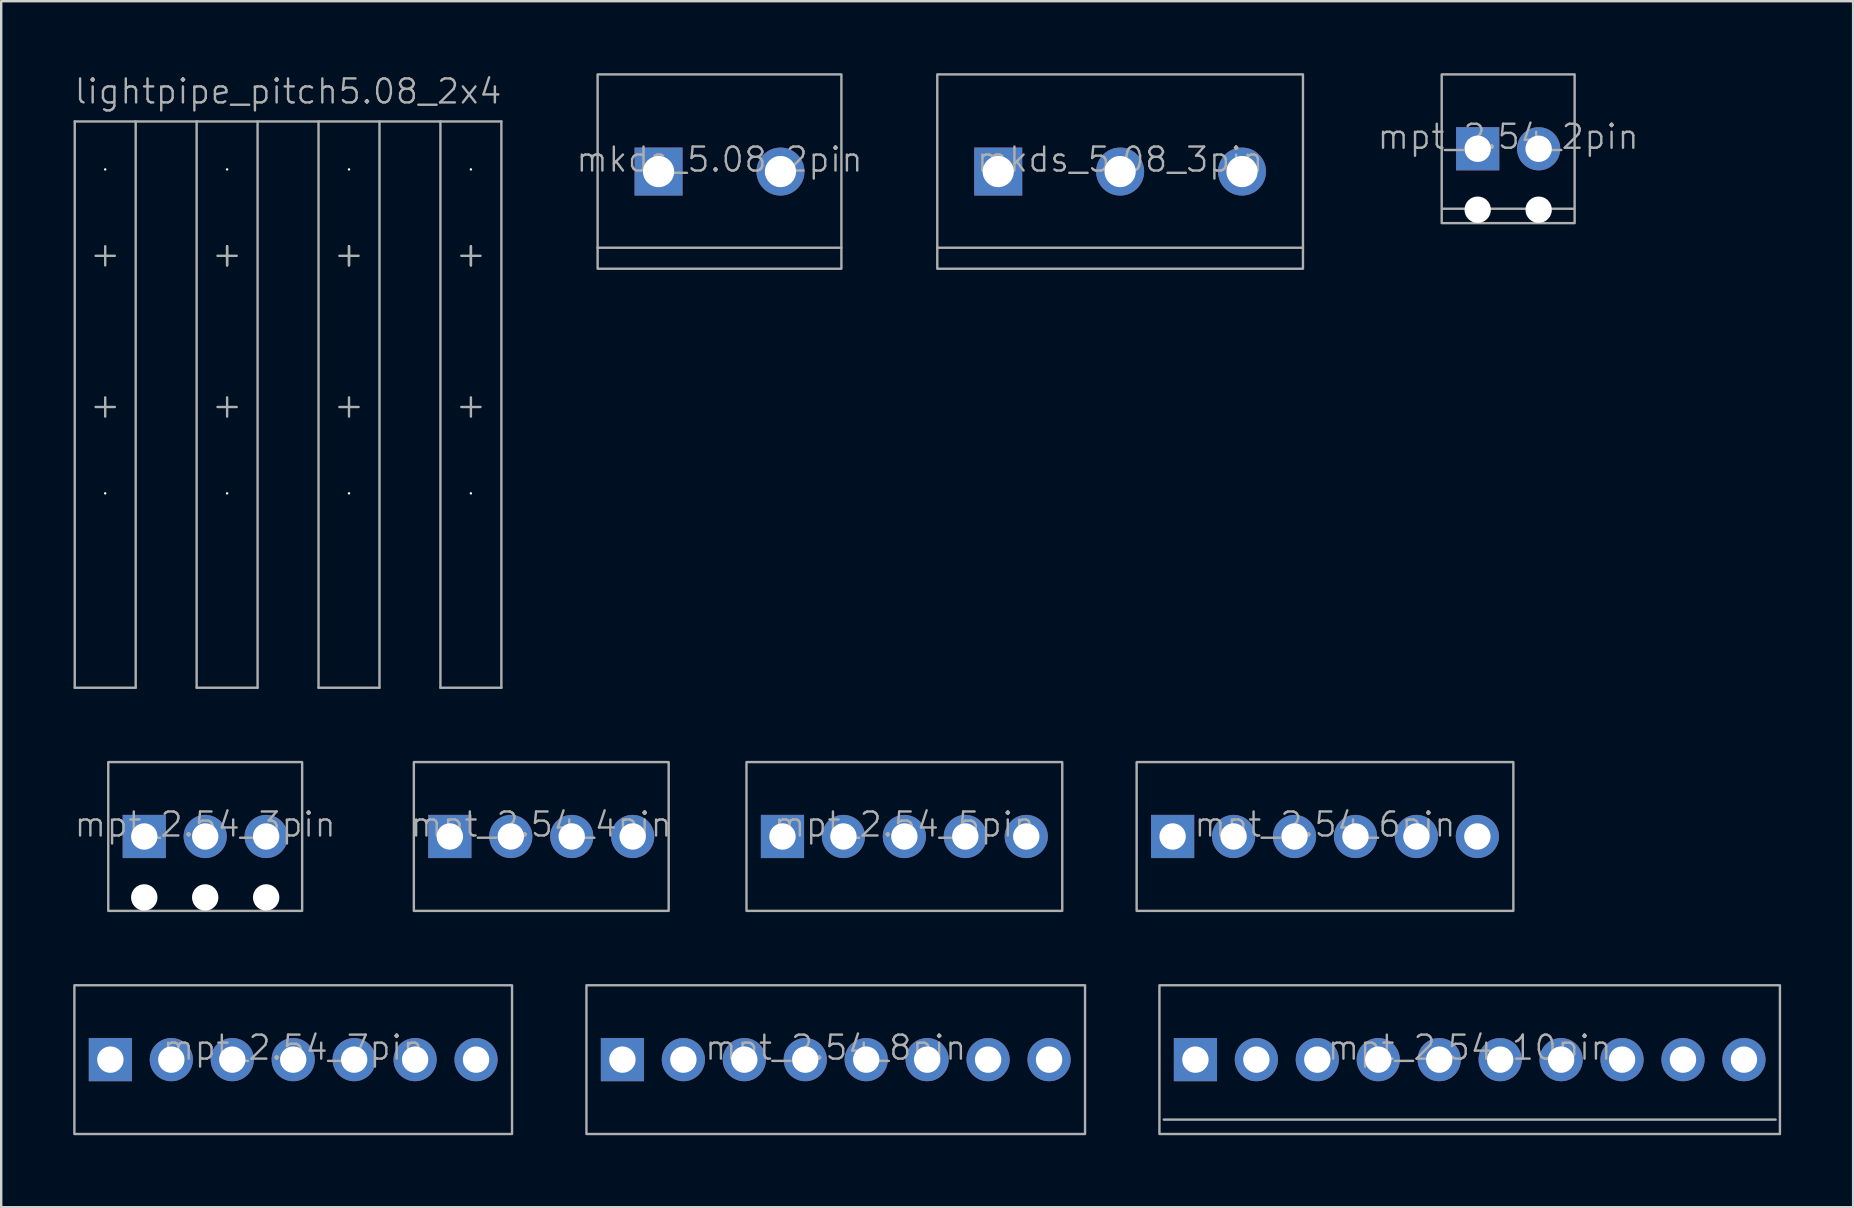
<source format=kicad_pcb>
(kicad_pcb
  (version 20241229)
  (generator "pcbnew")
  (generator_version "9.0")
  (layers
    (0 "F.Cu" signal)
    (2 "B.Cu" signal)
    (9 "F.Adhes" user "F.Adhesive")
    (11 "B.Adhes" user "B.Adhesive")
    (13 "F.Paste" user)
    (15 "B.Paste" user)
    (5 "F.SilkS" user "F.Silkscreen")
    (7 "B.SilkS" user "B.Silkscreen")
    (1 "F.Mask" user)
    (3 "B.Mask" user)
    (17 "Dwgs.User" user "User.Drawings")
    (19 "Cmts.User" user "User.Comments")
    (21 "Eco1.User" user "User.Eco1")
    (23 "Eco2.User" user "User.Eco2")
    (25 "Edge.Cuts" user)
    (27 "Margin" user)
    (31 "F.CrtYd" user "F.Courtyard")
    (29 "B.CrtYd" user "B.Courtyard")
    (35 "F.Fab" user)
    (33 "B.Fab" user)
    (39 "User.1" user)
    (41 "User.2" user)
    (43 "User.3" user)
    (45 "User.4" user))
  (footprint "mkds_5.08_3pin"
    (layer "F.Cu")
    (at 43.632 4.1)
    (property "Reference" "mkds_5.08_3pin" (at 0 -0.5 0) (unlocked yes) (layer "F.Fab") (effects (font (size 1 1) (thickness 0.1))))
    (attr through_hole)
    (fp_line (start -7.62 3.175) (end 7.62 3.175) (stroke (width 0.1) (type default)) (layer "F.Fab"))
    (fp_rect (start -7.62 4.05) (end 7.62 -4.05) (stroke (width 0.1) (type default)) (fill no) (layer "F.Fab"))
    (pad "1" thru_hole rect (at -5.08 0) (size 2 2) (drill 1.3) (layers "*.Cu" "*.Mask"))
    (pad "2" thru_hole circle (at 0 0) (size 2 2) (drill 1.3) (layers "*.Cu" "*.Mask"))
    (pad "3" thru_hole circle (at 5.08 0) (size 2 2) (drill 1.3) (layers "*.Cu" "*.Mask")))
  (footprint "mpt_2.54_6pin"
    (layer "F.Cu")
    (at 52.17 31.811)
    (property "Reference" "mpt_2.54_6pin" (at 0 -0.5 0) (unlocked yes) (layer "F.Fab") (effects (font (size 1 1) (thickness 0.1))))
    (attr through_hole)
    (fp_rect (start -7.85 3.1) (end 7.85 -3.1) (stroke (width 0.1) (type default)) (fill no) (layer "F.Fab"))
    (pad "1" thru_hole rect (at -6.35 0) (size 1.8 1.8) (drill 1.1) (layers "*.Cu" "*.Mask"))
    (pad "2" thru_hole circle (at -3.81 0) (size 1.8 1.8) (drill 1.1) (layers "*.Cu" "*.Mask"))
    (pad "3" thru_hole circle (at -1.27 0) (size 1.8 1.8) (drill 1.1) (layers "*.Cu" "*.Mask"))
    (pad "4" thru_hole circle (at 1.27 0) (size 1.8 1.8) (drill 1.1) (layers "*.Cu" "*.Mask"))
    (pad "5" thru_hole circle (at 3.81 0) (size 1.8 1.8) (drill 1.1) (layers "*.Cu" "*.Mask"))
    (pad "6" thru_hole circle (at 6.35 0) (size 1.8 1.8) (drill 1.1) (layers "*.Cu" "*.Mask")))
  (footprint "mkds_5.08_2pin"
    (layer "F.Cu")
    (at 26.936 4.1)
    (property "Reference" "mkds_5.08_2pin" (at 0 -0.5 0) (unlocked yes) (layer "F.Fab") (effects (font (size 1 1) (thickness 0.1))))
    (attr through_hole)
    (fp_line (start -5.08 3.175) (end 5.08 3.175) (stroke (width 0.1) (type default)) (layer "F.Fab"))
    (fp_rect (start -5.08 4.05) (end 5.08 -4.05) (stroke (width 0.1) (type default)) (fill no) (layer "F.Fab"))
    (pad "1" thru_hole rect (at -2.54 0) (size 2 2) (drill 1.3) (layers "*.Cu" "*.Mask"))
    (pad "2" thru_hole circle (at 2.54 0) (size 2 2) (drill 1.3) (layers "*.Cu" "*.Mask")))
  (footprint "lightpipe_pitch5.08_2x4"
    (layer "F.Cu")
    (at 8.955 10.761)
    (property "Reference" "lightpipe_pitch5.08_2x4" (at 0 -10 0) (unlocked yes) (layer "F.Fab") (effects (font (size 1 1) (thickness 0.1))))
    (attr smd)
    (fp_line (start -8.89 -8.75) (end -8.89 14.85) (stroke (width 0.1) (type default)) (layer "F.Fab"))
    (fp_line (start -8.89 -8.75) (end 8.89 -8.75) (stroke (width 0.1) (type default)) (layer "F.Fab"))
    (fp_line (start -8.89 14.85) (end -6.35 14.85) (stroke (width 0.1) (type default)) (layer "F.Fab"))
    (fp_line (start -7.62 -3.55) (end -7.62 -2.75) (stroke (width 0.1) (type default)) (layer "F.Fab"))
    (fp_line (start -7.62 2.75) (end -7.62 3.55) (stroke (width 0.1) (type default)) (layer "F.Fab"))
    (fp_line (start -7.22 -3.15) (end -8.02 -3.15) (stroke (width 0.1) (type default)) (layer "F.Fab"))
    (fp_line (start -7.22 3.15) (end -8.02 3.15) (stroke (width 0.1) (type default)) (layer "F.Fab"))
    (fp_line (start -6.35 -8.75) (end -6.35 14.85) (stroke (width 0.1) (type default)) (layer "F.Fab"))
    (fp_line (start -3.81 -8.75) (end -3.81 14.85) (stroke (width 0.1) (type default)) (layer "F.Fab"))
    (fp_line (start -3.81 14.85) (end -1.27 14.85) (stroke (width 0.1) (type default)) (layer "F.Fab"))
    (fp_line (start -2.54 -3.55) (end -2.54 -2.75) (stroke (width 0.1) (type default)) (layer "F.Fab"))
    (fp_line (start -2.54 -3.55) (end -2.54 -2.75) (stroke (width 0.1) (type default)) (layer "F.Fab"))
    (fp_line (start -2.54 2.75) (end -2.54 3.55) (stroke (width 0.1) (type default)) (layer "F.Fab"))
    (fp_line (start -2.14 -3.15) (end -2.94 -3.15) (stroke (width 0.1) (type default)) (layer "F.Fab"))
    (fp_line (start -2.14 3.15) (end -2.94 3.15) (stroke (width 0.1) (type default)) (layer "F.Fab"))
    (fp_line (start -1.27 -8.75) (end -1.27 14.85) (stroke (width 0.1) (type default)) (layer "F.Fab"))
    (fp_line (start 1.27 -8.75) (end 1.27 14.85) (stroke (width 0.1) (type default)) (layer "F.Fab"))
    (fp_line (start 1.27 14.85) (end 3.81 14.85) (stroke (width 0.1) (type default)) (layer "F.Fab"))
    (fp_line (start 2.54 -3.55) (end 2.54 -2.75) (stroke (width 0.1) (type default)) (layer "F.Fab"))
    (fp_line (start 2.54 -3.55) (end 2.54 -2.75) (stroke (width 0.1) (type default)) (layer "F.Fab"))
    (fp_line (start 2.54 2.75) (end 2.54 3.55) (stroke (width 0.1) (type default)) (layer "F.Fab"))
    (fp_line (start 2.94 -3.15) (end 2.14 -3.15) (stroke (width 0.1) (type default)) (layer "F.Fab"))
    (fp_line (start 2.94 3.15) (end 2.14 3.15) (stroke (width 0.1) (type default)) (layer "F.Fab"))
    (fp_line (start 3.81 -8.75) (end 3.81 14.85) (stroke (width 0.1) (type default)) (layer "F.Fab"))
    (fp_line (start 6.35 -8.75) (end 6.35 14.85) (stroke (width 0.1) (type default)) (layer "F.Fab"))
    (fp_line (start 6.35 14.85) (end 8.89 14.85) (stroke (width 0.1) (type default)) (layer "F.Fab"))
    (fp_line (start 7.62 -3.55) (end 7.62 -2.75) (stroke (width 0.1) (type default)) (layer "F.Fab"))
    (fp_line (start 7.62 -3.55) (end 7.62 -2.75) (stroke (width 0.1) (type default)) (layer "F.Fab"))
    (fp_line (start 7.62 2.75) (end 7.62 3.55) (stroke (width 0.1) (type default)) (layer "F.Fab"))
    (fp_line (start 8.02 -3.15) (end 7.22 -3.15) (stroke (width 0.1) (type default)) (layer "F.Fab"))
    (fp_line (start 8.02 3.15) (end 7.22 3.15) (stroke (width 0.1) (type default)) (layer "F.Fab"))
    (fp_line (start 8.89 -8.75) (end 8.89 14.85) (stroke (width 0.1) (type default)) (layer "F.Fab"))
    (pad "" np_thru_hole circle (at -7.62 -6.75) (size 0.1 0.1) (drill 2.4) (layers "*.Cu" "*.Mask"))
    (pad "" np_thru_hole circle (at -7.62 6.75) (size 0.1 0.1) (drill 2.4) (layers "*.Cu" "*.Mask"))
    (pad "" np_thru_hole circle (at -2.54 -6.75) (size 0.1 0.1) (drill 2.4) (layers "*.Cu" "*.Mask"))
    (pad "" np_thru_hole circle (at -2.54 6.75) (size 0.1 0.1) (drill 2.4) (layers "*.Cu" "*.Mask"))
    (pad "" np_thru_hole circle (at 2.54 -6.75) (size 0.1 0.1) (drill 2.4) (layers "*.Cu" "*.Mask"))
    (pad "" np_thru_hole circle (at 2.54 6.75) (size 0.1 0.1) (drill 2.4) (layers "*.Cu" "*.Mask"))
    (pad "" np_thru_hole circle (at 7.62 -6.75) (size 0.1 0.1) (drill 2.4) (layers "*.Cu" "*.Mask"))
    (pad "" np_thru_hole circle (at 7.62 6.75) (size 0.1 0.1) (drill 2.4) (layers "*.Cu" "*.Mask")))
  (footprint "mpt_2.54_5pin"
    (layer "F.Cu")
    (at 34.64 31.811)
    (property "Reference" "mpt_2.54_5pin" (at 0 -0.5 0) (unlocked yes) (layer "F.Fab") (effects (font (size 1 1) (thickness 0.1))))
    (attr through_hole)
    (fp_rect (start -6.58 3.1) (end 6.58 -3.1) (stroke (width 0.1) (type default)) (fill no) (layer "F.Fab"))
    (pad "1" thru_hole rect (at -5.08 0) (size 1.8 1.8) (drill 1.1) (layers "*.Cu" "*.Mask"))
    (pad "2" thru_hole circle (at -2.54 0) (size 1.8 1.8) (drill 1.1) (layers "*.Cu" "*.Mask"))
    (pad "3" thru_hole circle (at 0 0) (size 1.8 1.8) (drill 1.1) (layers "*.Cu" "*.Mask"))
    (pad "4" thru_hole circle (at 2.54 0) (size 1.8 1.8) (drill 1.1) (layers "*.Cu" "*.Mask"))
    (pad "5" thru_hole circle (at 5.08 0) (size 1.8 1.8) (drill 1.1) (layers "*.Cu" "*.Mask")))
  (footprint "mpt_2.54_10pin"
    (layer "F.Cu")
    (at 58.2 41.111)
    (property "Reference" "mpt_2.54_10pin" (at 0 -0.5 0) (unlocked yes) (layer "F.Fab") (effects (font (size 1 1) (thickness 0.1))))
    (attr through_hole)
    (fp_line (start -12.75 2.5) (end 12.75 2.5) (stroke (width 0.1) (type default)) (layer "F.Fab"))
    (fp_rect (start -12.93 3.1) (end 12.93 -3.1) (stroke (width 0.1) (type default)) (fill no) (layer "F.Fab"))
    (pad "1" thru_hole rect (at -11.43 0) (size 1.8 1.8) (drill 1.1) (layers "*.Cu" "*.Mask"))
    (pad "2" thru_hole circle (at -8.89 0) (size 1.8 1.8) (drill 1.1) (layers "*.Cu" "*.Mask"))
    (pad "3" thru_hole circle (at -6.35 0) (size 1.8 1.8) (drill 1.1) (layers "*.Cu" "*.Mask"))
    (pad "4" thru_hole circle (at -3.81 0) (size 1.8 1.8) (drill 1.1) (layers "*.Cu" "*.Mask"))
    (pad "5" thru_hole circle (at -1.27 0) (size 1.8 1.8) (drill 1.1) (layers "*.Cu" "*.Mask"))
    (pad "6" thru_hole circle (at 1.27 0) (size 1.8 1.8) (drill 1.1) (layers "*.Cu" "*.Mask"))
    (pad "7" thru_hole circle (at 3.81 0) (size 1.8 1.8) (drill 1.1) (layers "*.Cu" "*.Mask"))
    (pad "8" thru_hole circle (at 6.35 0) (size 1.8 1.8) (drill 1.1) (layers "*.Cu" "*.Mask"))
    (pad "9" thru_hole circle (at 8.89 0) (size 1.8 1.8) (drill 1.1) (layers "*.Cu" "*.Mask"))
    (pad "10" thru_hole circle (at 11.43 0) (size 1.8 1.8) (drill 1.1) (layers "*.Cu" "*.Mask")))
  (footprint "mpt_2.54_7pin"
    (layer "F.Cu")
    (at 9.17 41.111)
    (property "Reference" "mpt_2.54_7pin" (at 0 -0.5 0) (unlocked yes) (layer "F.Fab") (effects (font (size 1 1) (thickness 0.1))))
    (attr through_hole)
    (fp_rect (start -9.12 3.1) (end 9.12 -3.1) (stroke (width 0.1) (type default)) (fill no) (layer "F.Fab"))
    (pad "1" thru_hole rect (at -7.62 0) (size 1.8 1.8) (drill 1.1) (layers "*.Cu" "*.Mask"))
    (pad "2" thru_hole circle (at -5.08 0) (size 1.8 1.8) (drill 1.1) (layers "*.Cu" "*.Mask"))
    (pad "3" thru_hole circle (at -2.54 0) (size 1.8 1.8) (drill 1.1) (layers "*.Cu" "*.Mask"))
    (pad "4" thru_hole circle (at 0 0) (size 1.8 1.8) (drill 1.1) (layers "*.Cu" "*.Mask"))
    (pad "5" thru_hole circle (at 2.54 0) (size 1.8 1.8) (drill 1.1) (layers "*.Cu" "*.Mask"))
    (pad "6" thru_hole circle (at 5.08 0) (size 1.8 1.8) (drill 1.1) (layers "*.Cu" "*.Mask"))
    (pad "7" thru_hole circle (at 7.62 0) (size 1.8 1.8) (drill 1.1) (layers "*.Cu" "*.Mask")))
  (footprint "mpt_2.54_8pin"
    (layer "F.Cu")
    (at 31.78 41.111)
    (property "Reference" "mpt_2.54_8pin" (at 0 -0.5 0) (unlocked yes) (layer "F.Fab") (effects (font (size 1 1) (thickness 0.1))))
    (attr through_hole)
    (fp_rect (start -10.39 3.1) (end 10.39 -3.1) (stroke (width 0.1) (type default)) (fill no) (layer "F.Fab"))
    (pad "1" thru_hole rect (at -8.89 0) (size 1.8 1.8) (drill 1.1) (layers "*.Cu" "*.Mask"))
    (pad "2" thru_hole circle (at -6.35 0) (size 1.8 1.8) (drill 1.1) (layers "*.Cu" "*.Mask"))
    (pad "3" thru_hole circle (at -3.81 0) (size 1.8 1.8) (drill 1.1) (layers "*.Cu" "*.Mask"))
    (pad "4" thru_hole circle (at -1.27 0) (size 1.8 1.8) (drill 1.1) (layers "*.Cu" "*.Mask"))
    (pad "5" thru_hole circle (at 1.27 0) (size 1.8 1.8) (drill 1.1) (layers "*.Cu" "*.Mask"))
    (pad "6" thru_hole circle (at 3.81 0) (size 1.8 1.8) (drill 1.1) (layers "*.Cu" "*.Mask"))
    (pad "7" thru_hole circle (at 6.35 0) (size 1.8 1.8) (drill 1.1) (layers "*.Cu" "*.Mask"))
    (pad "8" thru_hole circle (at 8.89 0) (size 1.8 1.8) (drill 1.1) (layers "*.Cu" "*.Mask")))
  (footprint "mpt_2.54_3pin"
    (layer "F.Cu")
    (at 5.502 31.811)
    (property "Reference" "mpt_2.54_3pin" (at 0 -0.5 0) (unlocked yes) (layer "F.Fab") (effects (font (size 1 1) (thickness 0.1))))
    (attr through_hole)
    (fp_rect (start -4.04 3.1) (end 4.04 -3.1) (stroke (width 0.1) (type default)) (fill no) (layer "F.Fab"))
    (pad "" np_thru_hole circle (at -2.54 2.54) (size 1.1 1.1) (drill 1.1) (layers "*.Cu" "*.Mask"))
    (pad "" np_thru_hole circle (at 0 2.54) (size 1.1 1.1) (drill 1.1) (layers "*.Cu" "*.Mask"))
    (pad "" np_thru_hole circle (at 2.54 2.54) (size 1.1 1.1) (drill 1.1) (layers "*.Cu" "*.Mask"))
    (pad "1" thru_hole rect (at -2.54 0) (size 1.8 1.8) (drill 1.1) (layers "*.Cu" "*.Mask"))
    (pad "2" thru_hole circle (at 0 0) (size 1.8 1.8) (drill 1.1) (layers "*.Cu" "*.Mask"))
    (pad "3" thru_hole circle (at 2.54 0) (size 1.8 1.8) (drill 1.1) (layers "*.Cu" "*.Mask")))
  (footprint "mpt_2.54_2pin"
    (layer "F.Cu")
    (at 59.804 3.15)
    (property "Reference" "mpt_2.54_2pin" (at 0 -0.5 0) (unlocked yes) (layer "F.Fab") (effects (font (size 1 1) (thickness 0.1))))
    (attr through_hole)
    (fp_line (start -2.75 2.5) (end 2.75 2.5) (stroke (width 0.1) (type default)) (layer "F.Fab"))
    (fp_rect (start -2.77 3.1) (end 2.77 -3.1) (stroke (width 0.1) (type default)) (fill no) (layer "F.Fab"))
    (pad "" np_thru_hole circle (at -1.27 2.54) (size 1.1 1.1) (drill 1.1) (layers "*.Cu" "*.Mask"))
    (pad "" np_thru_hole circle (at 1.27 2.54) (size 1.1 1.1) (drill 1.1) (layers "*.Cu" "*.Mask"))
    (pad "1" thru_hole rect (at -1.27 0) (size 1.8 1.8) (drill 1.1) (layers "*.Cu" "*.Mask"))
    (pad "2" thru_hole circle (at 1.27 0) (size 1.8 1.8) (drill 1.1) (layers "*.Cu" "*.Mask")))
  (footprint "mpt_2.54_4pin"
    (layer "F.Cu")
    (at 19.507 31.811)
    (property "Reference" "mpt_2.54_4pin" (at 0 -0.5 0) (unlocked yes) (layer "F.Fab") (effects (font (size 1 1) (thickness 0.1))))
    (attr through_hole)
    (fp_rect (start -5.31 3.1) (end 5.31 -3.1) (stroke (width 0.1) (type default)) (fill no) (layer "F.Fab"))
    (pad "1" thru_hole rect (at -3.81 0) (size 1.8 1.8) (drill 1.1) (layers "*.Cu" "*.Mask"))
    (pad "2" thru_hole circle (at -1.27 0) (size 1.8 1.8) (drill 1.1) (layers "*.Cu" "*.Mask"))
    (pad "3" thru_hole circle (at 1.27 0) (size 1.8 1.8) (drill 1.1) (layers "*.Cu" "*.Mask"))
    (pad "4" thru_hole circle (at 3.81 0) (size 1.8 1.8) (drill 1.1) (layers "*.Cu" "*.Mask")))
  (gr_rect
    (start -3 -3)
    (end 74.18 47.261)
    (stroke (width 0.1) (type default))
    (fill no)
    (layer "Edge.Cuts")))
</source>
